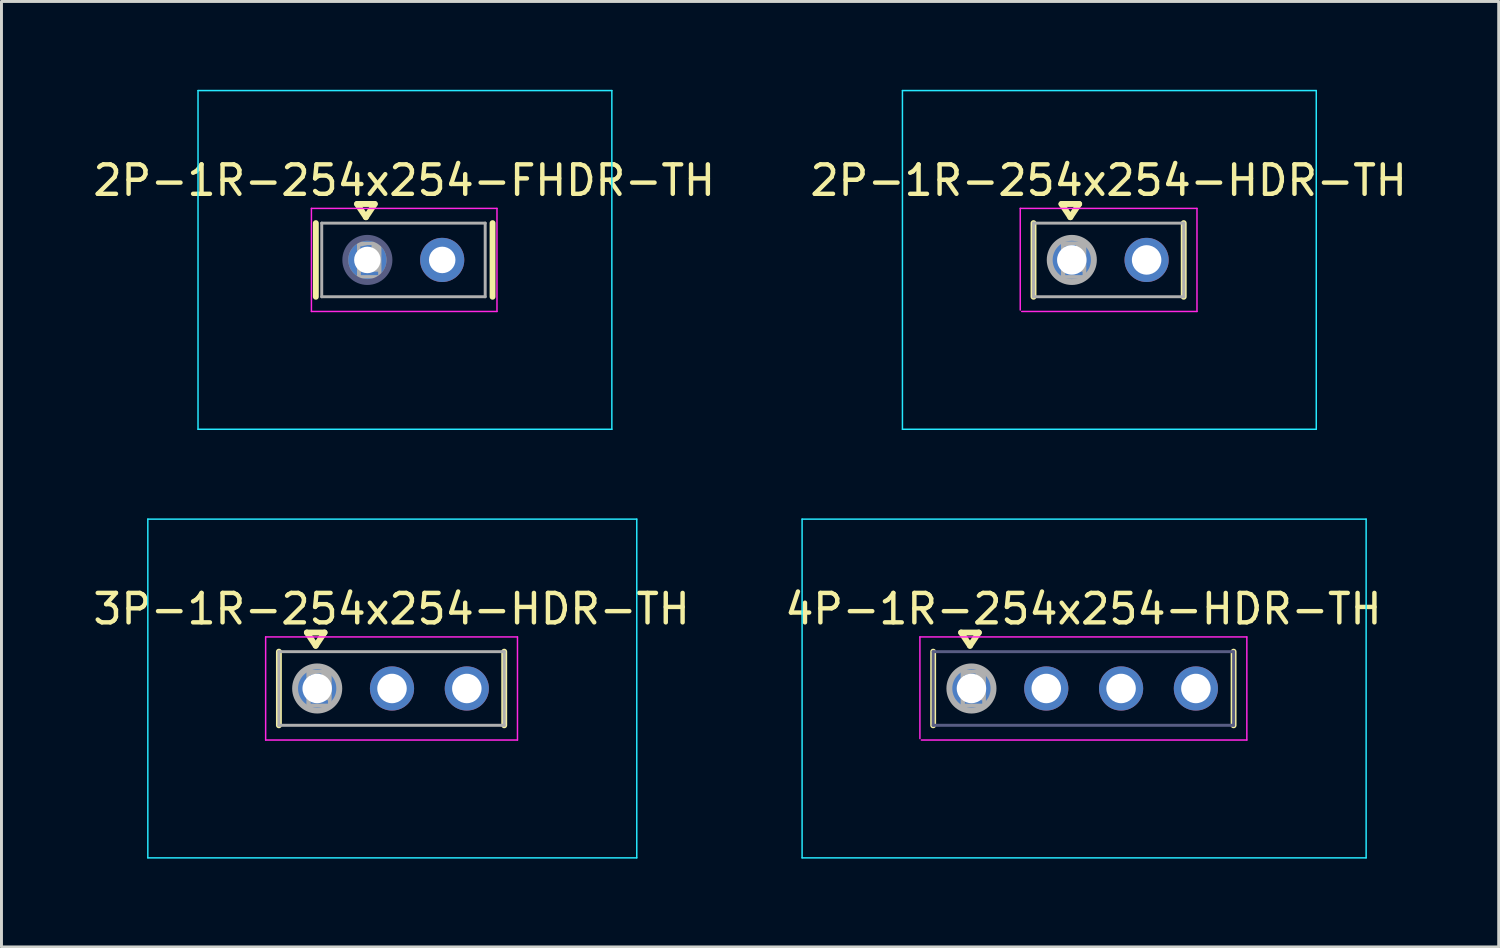
<source format=kicad_pcb>
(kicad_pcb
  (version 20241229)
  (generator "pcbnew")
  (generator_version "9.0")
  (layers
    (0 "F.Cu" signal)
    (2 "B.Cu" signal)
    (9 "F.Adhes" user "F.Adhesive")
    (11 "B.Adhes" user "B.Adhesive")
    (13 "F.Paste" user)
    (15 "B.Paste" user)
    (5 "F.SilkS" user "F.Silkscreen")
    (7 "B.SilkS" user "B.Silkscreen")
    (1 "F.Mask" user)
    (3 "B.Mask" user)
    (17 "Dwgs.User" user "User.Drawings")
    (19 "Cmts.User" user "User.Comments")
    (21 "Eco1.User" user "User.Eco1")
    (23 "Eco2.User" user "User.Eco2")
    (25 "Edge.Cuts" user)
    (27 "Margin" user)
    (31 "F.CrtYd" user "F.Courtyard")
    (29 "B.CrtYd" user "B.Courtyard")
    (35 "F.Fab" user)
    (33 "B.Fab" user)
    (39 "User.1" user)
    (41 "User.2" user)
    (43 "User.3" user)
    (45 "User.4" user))
  (footprint "2P-1R-254x254-FHDR-TH"
    (layer "F.Cu")
    (at 9.423 5.775)
    (property "Reference" "2P-1R-254x254-FHDR-TH" (at 1.25 -2.7 0) (layer "F.SilkS") (effects (font (size 1 1) (thickness 0.15))))
    (fp_line (start -1.75 1.25) (end -1.75 -1.25) (stroke (width 0.2) (type solid)) (layer "F.SilkS"))
    (fp_line (start -0.35 -1.9) (end -0.05 -1.45) (stroke (width 0.2) (type solid)) (layer "F.SilkS"))
    (fp_line (start -0.35 -1.9) (end 0.25 -1.9) (stroke (width 0.2) (type solid)) (layer "F.SilkS"))
    (fp_line (start -0.05 -1.45) (end 0.25 -1.9) (stroke (width 0.2) (type solid)) (layer "F.SilkS"))
    (fp_line (start 4.25 1.25) (end 4.25 -1.25) (stroke (width 0.2) (type solid)) (layer "F.SilkS"))
    (fp_line (start -5.75 -5.75) (end 8.3 -5.75) (stroke (width 0.05) (type solid)) (layer "B.CrtYd"))
    (fp_line (start -5.75 5.75) (end -5.75 -5.75) (stroke (width 0.05) (type solid)) (layer "B.CrtYd"))
    (fp_line (start -5.75 5.75) (end 8.3 5.75) (stroke (width 0.05) (type solid)) (layer "B.CrtYd"))
    (fp_line (start 8.3 5.75) (end 8.3 -5.75) (stroke (width 0.05) (type solid)) (layer "B.CrtYd"))
    (fp_line (start -1.9 -1.75) (end 4.4 -1.75) (stroke (width 0.05) (type solid)) (layer "F.CrtYd"))
    (fp_line (start -1.9 1.75) (end -1.9 -1.75) (stroke (width 0.05) (type solid)) (layer "F.CrtYd"))
    (fp_line (start -1.9 1.75) (end 4.4 1.75) (stroke (width 0.05) (type solid)) (layer "F.CrtYd"))
    (fp_line (start 4.4 1.75) (end 4.4 -1.75) (stroke (width 0.05) (type solid)) (layer "F.CrtYd"))
    (fp_circle (center 0 0) (end 0 -0.75) (stroke (width 0.2) (type solid)) (fill no) (layer "B.Fab"))
    (fp_line (start -1.55 -1.25) (end 4 -1.25) (stroke (width 0.1) (type solid)) (layer "F.Fab"))
    (fp_line (start -1.55 1.25) (end -1.55 -1.25) (stroke (width 0.1) (type solid)) (layer "F.Fab"))
    (fp_line (start -1.55 1.25) (end 4 1.25) (stroke (width 0.1) (type solid)) (layer "F.Fab"))
    (fp_line (start 4 1.25) (end 4 -1.25) (stroke (width 0.1) (type solid)) (layer "F.Fab"))
    (fp_circle (center 0 0) (end 0.7 0) (stroke (width 0.1) (type default)) (fill no) (layer "F.Fab"))
    (fp_text user "1" (at 0 0 0) (unlocked yes) (layer "B.Fab" knockout) (effects (font (face "Arial") (size 0.472 0.472) (thickness 0.254))))
    (fp_text user "1" (at 0.05 0.1 0) (unlocked yes) (layer "F.Fab" knockout) (effects (font (face "Arial") (size 1 1) (thickness 0.15))))
    (pad "1" thru_hole circle (at 0 0 180) (size 1.5 1.5) (drill 0.9) (layers "*.Cu" "*.Mask"))
    (pad "2" thru_hole circle (at 2.54 0 180) (size 1.5 1.5) (drill 0.9) (layers "*.Cu" "*.Mask")))
  (footprint "4P-1R-254x254-HDR-TH"
    (layer "F.Cu")
    (at 29.932 20.325)
    (property "Reference" "4P-1R-254x254-HDR-TH" (at 3.8 -2.7 0) (layer "F.SilkS") (effects (font (size 1 1) (thickness 0.15))))
    (fp_line (start -1.3 1.25) (end -1.3 -1.25) (stroke (width 0.2) (type solid)) (layer "F.SilkS"))
    (fp_line (start -0.35 -1.9) (end -0.05 -1.45) (stroke (width 0.2) (type solid)) (layer "F.SilkS"))
    (fp_line (start -0.35 -1.9) (end 0.25 -1.9) (stroke (width 0.2) (type solid)) (layer "F.SilkS"))
    (fp_line (start -0.05 -1.45) (end 0.25 -1.9) (stroke (width 0.2) (type solid)) (layer "F.SilkS"))
    (fp_line (start 8.9 1.25) (end 8.9 -1.25) (stroke (width 0.2) (type solid)) (layer "F.SilkS"))
    (fp_line (start -1.75 1.7) (end -1.7 1.75) (stroke (width 0.05) (type solid)) (layer "Eco2.User"))
    (fp_line (start -5.75 -5.75) (end 13.4 -5.75) (stroke (width 0.05) (type solid)) (layer "B.CrtYd"))
    (fp_line (start -5.75 5.75) (end -5.75 -5.75) (stroke (width 0.05) (type solid)) (layer "B.CrtYd"))
    (fp_line (start -5.75 5.75) (end 13.4 5.75) (stroke (width 0.05) (type solid)) (layer "B.CrtYd"))
    (fp_line (start 13.4 5.75) (end 13.4 -5.75) (stroke (width 0.05) (type solid)) (layer "B.CrtYd"))
    (fp_line (start -1.75 -1.75) (end 9.35 -1.75) (stroke (width 0.05) (type solid)) (layer "F.CrtYd"))
    (fp_line (start -1.75 1.7) (end -1.75 -1.75) (stroke (width 0.05) (type solid)) (layer "F.CrtYd"))
    (fp_line (start -1.7 1.75) (end 9.35 1.75) (stroke (width 0.05) (type solid)) (layer "F.CrtYd"))
    (fp_line (start 9.35 1.75) (end 9.35 -1.75) (stroke (width 0.05) (type solid)) (layer "F.CrtYd"))
    (fp_line (start -1.3 -1.25) (end 8.9 -1.25) (stroke (width 0.1) (type solid)) (layer "B.Fab"))
    (fp_line (start -1.3 1.25) (end -1.3 -1.25) (stroke (width 0.1) (type solid)) (layer "B.Fab"))
    (fp_line (start -1.3 1.25) (end 8.9 1.25) (stroke (width 0.1) (type solid)) (layer "B.Fab"))
    (fp_line (start 8.9 1.25) (end 8.9 -1.25) (stroke (width 0.1) (type solid)) (layer "B.Fab"))
    (fp_circle (center 0 0) (end 0 -0.75) (stroke (width 0.2) (type solid)) (fill no) (layer "F.Fab"))
    (fp_text user "1" (at 0.05 0.1 0) (unlocked yes) (layer "F.Fab" knockout) (effects (font (face "Arial") (size 1 1) (thickness 0.254))))
    (pad "1" thru_hole circle (at 0 0 180) (size 1.5 1.5) (drill 1) (layers "*.Cu" "*.Mask"))
    (pad "2" thru_hole circle (at 2.54 0 180) (size 1.5 1.5) (drill 1) (layers "*.Cu" "*.Mask"))
    (pad "3" thru_hole circle (at 5.08 0 180) (size 1.5 1.5) (drill 1) (layers "*.Cu" "*.Mask"))
    (pad "4" thru_hole circle (at 7.62 0 180) (size 1.5 1.5) (drill 1) (layers "*.Cu" "*.Mask")))
  (footprint "3P-1R-254x254-HDR-TH"
    (layer "F.Cu")
    (at 7.719 20.325)
    (property "Reference" "3P-1R-254x254-HDR-TH" (at 2.525 -2.7 0) (layer "F.SilkS") (effects (font (size 1 1) (thickness 0.15))))
    (fp_line (start -1.3 1.25) (end -1.3 -1.25) (stroke (width 0.2) (type solid)) (layer "F.SilkS"))
    (fp_line (start -0.35 -1.9) (end -0.05 -1.45) (stroke (width 0.2) (type solid)) (layer "F.SilkS"))
    (fp_line (start -0.35 -1.9) (end 0.25 -1.9) (stroke (width 0.2) (type solid)) (layer "F.SilkS"))
    (fp_line (start -0.05 -1.45) (end 0.25 -1.9) (stroke (width 0.2) (type solid)) (layer "F.SilkS"))
    (fp_line (start 6.35 1.25) (end 6.35 -1.25) (stroke (width 0.2) (type solid)) (layer "F.SilkS"))
    (fp_line (start -5.75 -5.75) (end 10.85 -5.75) (stroke (width 0.05) (type solid)) (layer "B.CrtYd"))
    (fp_line (start -5.75 5.75) (end -5.75 -5.75) (stroke (width 0.05) (type solid)) (layer "B.CrtYd"))
    (fp_line (start -5.75 5.75) (end 10.85 5.75) (stroke (width 0.05) (type solid)) (layer "B.CrtYd"))
    (fp_line (start 10.85 5.75) (end 10.85 -5.75) (stroke (width 0.05) (type solid)) (layer "B.CrtYd"))
    (fp_line (start -1.75 -1.75) (end 6.8 -1.75) (stroke (width 0.05) (type solid)) (layer "F.CrtYd"))
    (fp_line (start -1.75 1.75) (end -1.75 -1.75) (stroke (width 0.05) (type solid)) (layer "F.CrtYd"))
    (fp_line (start -1.75 1.75) (end 6.8 1.75) (stroke (width 0.05) (type solid)) (layer "F.CrtYd"))
    (fp_line (start 6.8 1.75) (end 6.8 -1.75) (stroke (width 0.05) (type solid)) (layer "F.CrtYd"))
    (fp_line (start -1.3 -1.25) (end 6.35 -1.25) (stroke (width 0.1) (type solid)) (layer "F.Fab"))
    (fp_line (start -1.3 1.25) (end -1.3 -1.25) (stroke (width 0.1) (type solid)) (layer "F.Fab"))
    (fp_line (start -1.3 1.25) (end 6.35 1.25) (stroke (width 0.1) (type solid)) (layer "F.Fab"))
    (fp_line (start 6.35 1.25) (end 6.35 -1.25) (stroke (width 0.1) (type solid)) (layer "F.Fab"))
    (fp_circle (center 0 0) (end 0 -0.75) (stroke (width 0.2) (type solid)) (fill no) (layer "F.Fab"))
    (fp_text user "1" (at 0.05 0.1 0) (unlocked yes) (layer "F.Fab" knockout) (effects (font (face "Arial") (size 1 1) (thickness 0.254))))
    (pad "1" thru_hole circle (at 0 0 180) (size 1.5 1.5) (drill 1) (layers "*.Cu" "*.Mask"))
    (pad "2" thru_hole circle (at 2.54 0 180) (size 1.5 1.5) (drill 1) (layers "*.Cu" "*.Mask"))
    (pad "3" thru_hole circle (at 5.08 0 180) (size 1.5 1.5) (drill 1) (layers "*.Cu" "*.Mask")))
  (footprint "2P-1R-254x254-HDR-TH"
    (layer "F.Cu")
    (at 33.339 5.775)
    (property "Reference" "2P-1R-254x254-HDR-TH" (at 1.25 -2.7 0) (layer "F.SilkS") (effects (font (size 1 1) (thickness 0.15))))
    (fp_line (start -1.3 1.25) (end -1.3 -1.25) (stroke (width 0.2) (type solid)) (layer "F.SilkS"))
    (fp_line (start -0.35 -1.9) (end -0.05 -1.45) (stroke (width 0.2) (type solid)) (layer "F.SilkS"))
    (fp_line (start -0.35 -1.9) (end 0.25 -1.9) (stroke (width 0.2) (type solid)) (layer "F.SilkS"))
    (fp_line (start -0.05 -1.45) (end 0.25 -1.9) (stroke (width 0.2) (type solid)) (layer "F.SilkS"))
    (fp_line (start 3.8 1.25) (end 3.8 -1.25) (stroke (width 0.2) (type solid)) (layer "F.SilkS"))
    (fp_line (start -1.75 1.7) (end -1.7 1.75) (stroke (width 0.05) (type solid)) (layer "Eco2.User"))
    (fp_line (start -5.75 -5.75) (end 8.3 -5.75) (stroke (width 0.05) (type solid)) (layer "B.CrtYd"))
    (fp_line (start -5.75 5.75) (end -5.75 -5.75) (stroke (width 0.05) (type solid)) (layer "B.CrtYd"))
    (fp_line (start -5.75 5.75) (end 8.3 5.75) (stroke (width 0.05) (type solid)) (layer "B.CrtYd"))
    (fp_line (start 8.3 5.75) (end 8.3 -5.75) (stroke (width 0.05) (type solid)) (layer "B.CrtYd"))
    (fp_line (start -1.75 -1.75) (end 4.25 -1.75) (stroke (width 0.05) (type solid)) (layer "F.CrtYd"))
    (fp_line (start -1.75 1.7) (end -1.75 -1.75) (stroke (width 0.05) (type solid)) (layer "F.CrtYd"))
    (fp_line (start -1.7 1.75) (end 4.25 1.75) (stroke (width 0.05) (type solid)) (layer "F.CrtYd"))
    (fp_line (start 4.25 1.75) (end 4.25 -1.75) (stroke (width 0.05) (type solid)) (layer "F.CrtYd"))
    (fp_line (start -1.3 -1.25) (end 3.8 -1.25) (stroke (width 0.1) (type solid)) (layer "F.Fab"))
    (fp_line (start -1.3 1.25) (end -1.3 -1.25) (stroke (width 0.1) (type solid)) (layer "F.Fab"))
    (fp_line (start -1.3 1.25) (end 3.8 1.25) (stroke (width 0.1) (type solid)) (layer "F.Fab"))
    (fp_line (start 3.8 1.25) (end 3.8 -1.25) (stroke (width 0.1) (type solid)) (layer "F.Fab"))
    (fp_circle (center 0 0) (end 0 -0.75) (stroke (width 0.2) (type solid)) (fill no) (layer "F.Fab"))
    (fp_text user "1" (at 0.05 0.1 0) (unlocked yes) (layer "F.Fab" knockout) (effects (font (face "Arial") (size 1 1) (thickness 0.254))))
    (pad "1" thru_hole circle (at 0 0 180) (size 1.5 1.5) (drill 1) (layers "*.Cu" "*.Mask"))
    (pad "2" thru_hole circle (at 2.54 0 180) (size 1.5 1.5) (drill 1) (layers "*.Cu" "*.Mask")))
  (gr_rect
    (start -3 -3)
    (end 47.833 29.1)
    (stroke (width 0.1) (type default))
    (fill no)
    (layer "Edge.Cuts")))
</source>
